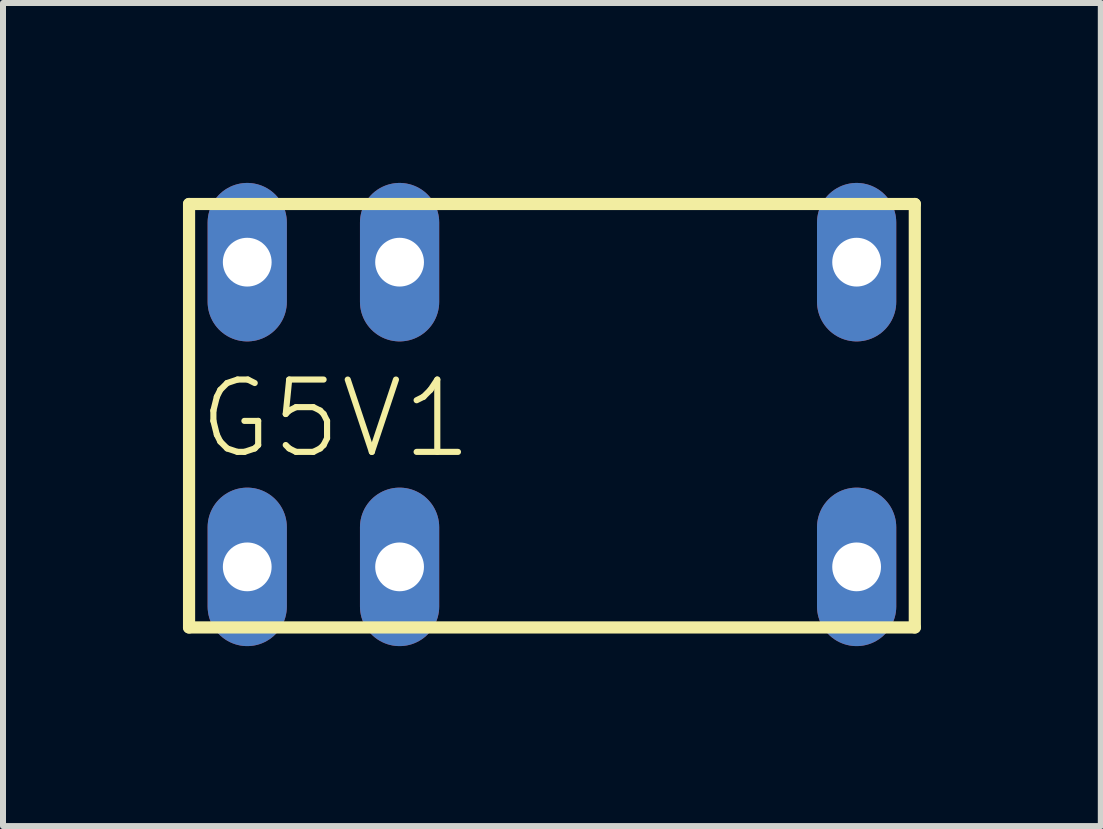
<source format=kicad_pcb>
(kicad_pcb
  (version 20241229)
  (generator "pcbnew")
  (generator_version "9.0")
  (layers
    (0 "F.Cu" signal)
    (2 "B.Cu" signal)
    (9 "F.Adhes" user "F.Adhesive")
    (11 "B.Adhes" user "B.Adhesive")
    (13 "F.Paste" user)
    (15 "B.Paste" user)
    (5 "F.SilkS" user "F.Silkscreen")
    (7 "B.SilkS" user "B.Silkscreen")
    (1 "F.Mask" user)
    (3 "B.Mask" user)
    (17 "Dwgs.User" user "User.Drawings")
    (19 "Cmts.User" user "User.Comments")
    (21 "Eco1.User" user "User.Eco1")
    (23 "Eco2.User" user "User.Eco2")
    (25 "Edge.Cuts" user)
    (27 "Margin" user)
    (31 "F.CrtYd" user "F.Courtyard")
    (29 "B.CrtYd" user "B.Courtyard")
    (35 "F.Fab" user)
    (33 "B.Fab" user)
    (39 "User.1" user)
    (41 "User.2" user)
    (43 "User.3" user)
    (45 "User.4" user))
  (footprint "G5V1"
    (layer "F.Cu")
    (at 6.152 3.861)
    (property "Reference" "G5V1" (at -1.27 -0.635 0) (layer "F.SilkS") (effects (font (size 1.206 1.206) (thickness 0.102)) (justify right top)))
    (attr through_hole)
    (fp_line (start -6.05 3.55) (end -6.05 -3.51) (stroke (width 0.203) (type solid)) (layer "F.SilkS"))
    (fp_line (start -6.05 3.55) (end 6.05 3.55) (stroke (width 0.203) (type solid)) (layer "F.SilkS"))
    (fp_line (start 6.05 -3.51) (end -6.05 -3.51) (stroke (width 0.203) (type solid)) (layer "F.SilkS"))
    (fp_line (start 6.05 -3.51) (end 6.05 3.55) (stroke (width 0.203) (type solid)) (layer "F.SilkS"))
    (pad "1" thru_hole oval (at -5.08 2.54 90) (size 2.642 1.321) (drill 0.813) (layers "*.Cu" "*.Mask"))
    (pad "2" thru_hole oval (at -2.54 2.54 90) (size 2.642 1.321) (drill 0.813) (layers "*.Cu" "*.Mask"))
    (pad "5" thru_hole oval (at 5.08 2.54 90) (size 2.642 1.321) (drill 0.813) (layers "*.Cu" "*.Mask"))
    (pad "6" thru_hole oval (at 5.08 -2.54 90) (size 2.642 1.321) (drill 0.813) (layers "*.Cu" "*.Mask"))
    (pad "9" thru_hole oval (at -2.54 -2.54 90) (size 2.642 1.321) (drill 0.813) (layers "*.Cu" "*.Mask"))
    (pad "10" thru_hole oval (at -5.08 -2.54 90) (size 2.642 1.321) (drill 0.813) (layers "*.Cu" "*.Mask")))
  (gr_rect
    (start -3 -3)
    (end 15.303 10.722)
    (stroke (width 0.1) (type default))
    (fill no)
    (layer "Edge.Cuts")))
</source>
